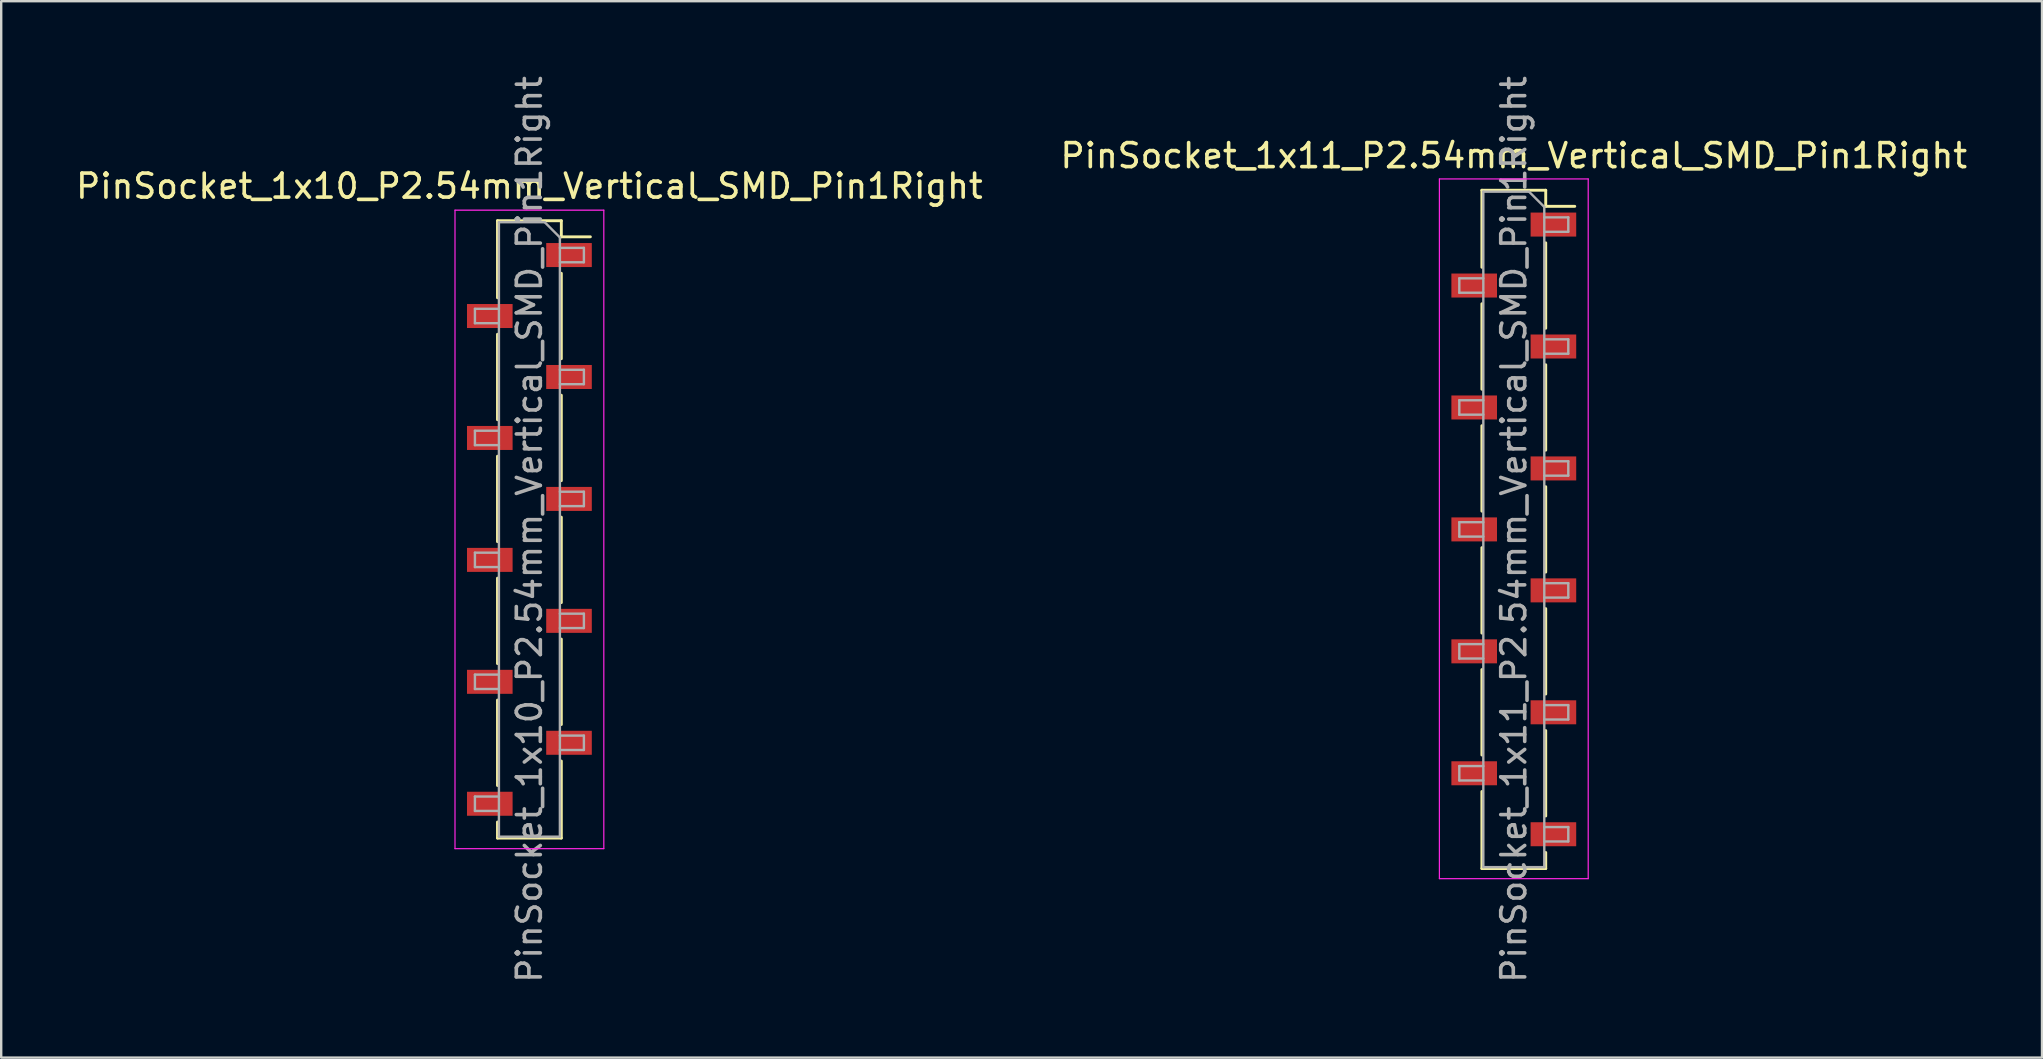
<source format=kicad_pcb>
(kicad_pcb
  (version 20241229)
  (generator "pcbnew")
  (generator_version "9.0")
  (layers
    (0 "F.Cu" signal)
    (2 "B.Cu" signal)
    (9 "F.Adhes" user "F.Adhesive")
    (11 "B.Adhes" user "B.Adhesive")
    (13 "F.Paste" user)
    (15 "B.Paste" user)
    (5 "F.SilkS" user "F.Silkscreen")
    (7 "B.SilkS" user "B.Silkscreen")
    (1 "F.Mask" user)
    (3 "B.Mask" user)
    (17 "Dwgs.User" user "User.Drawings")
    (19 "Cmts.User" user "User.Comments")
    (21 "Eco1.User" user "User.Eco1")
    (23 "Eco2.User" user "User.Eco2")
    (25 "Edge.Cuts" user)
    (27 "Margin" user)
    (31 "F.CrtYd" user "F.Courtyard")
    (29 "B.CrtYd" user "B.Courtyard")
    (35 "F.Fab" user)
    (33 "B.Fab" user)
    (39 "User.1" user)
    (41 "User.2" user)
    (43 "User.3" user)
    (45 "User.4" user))
  (footprint "PinSocket_1x10_P2.54mm_Vertical_SMD_Pin1Right"
    (layer "F.Cu")
    (at 19.006 19.006)
    (property "Reference" "PinSocket_1x10_P2.54mm_Vertical_SMD_Pin1Right" (at 0 -14.3 0) (layer "F.SilkS") (effects (font (size 1 1) (thickness 0.15))))
    (attr smd)
    (fp_line (start -1.33 -12.86) (end -1.33 -9.65) (stroke (width 0.12) (type solid)) (layer "F.SilkS"))
    (fp_line (start -1.33 -12.86) (end 1.33 -12.86) (stroke (width 0.12) (type solid)) (layer "F.SilkS"))
    (fp_line (start -1.33 -8.13) (end -1.33 -4.57) (stroke (width 0.12) (type solid)) (layer "F.SilkS"))
    (fp_line (start -1.33 -3.05) (end -1.33 0.51) (stroke (width 0.12) (type solid)) (layer "F.SilkS"))
    (fp_line (start -1.33 2.03) (end -1.33 5.59) (stroke (width 0.12) (type solid)) (layer "F.SilkS"))
    (fp_line (start -1.33 7.11) (end -1.33 10.67) (stroke (width 0.12) (type solid)) (layer "F.SilkS"))
    (fp_line (start -1.33 12.19) (end -1.33 12.86) (stroke (width 0.12) (type solid)) (layer "F.SilkS"))
    (fp_line (start -1.33 12.86) (end 1.33 12.86) (stroke (width 0.12) (type solid)) (layer "F.SilkS"))
    (fp_line (start 1.33 -12.86) (end 1.33 -12.19) (stroke (width 0.12) (type solid)) (layer "F.SilkS"))
    (fp_line (start 1.33 -12.19) (end 2.54 -12.19) (stroke (width 0.12) (type solid)) (layer "F.SilkS"))
    (fp_line (start 1.33 -10.67) (end 1.33 -7.11) (stroke (width 0.12) (type solid)) (layer "F.SilkS"))
    (fp_line (start 1.33 -5.59) (end 1.33 -2.03) (stroke (width 0.12) (type solid)) (layer "F.SilkS"))
    (fp_line (start 1.33 -0.51) (end 1.33 3.05) (stroke (width 0.12) (type solid)) (layer "F.SilkS"))
    (fp_line (start 1.33 4.57) (end 1.33 8.13) (stroke (width 0.12) (type solid)) (layer "F.SilkS"))
    (fp_line (start 1.33 9.65) (end 1.33 12.86) (stroke (width 0.12) (type solid)) (layer "F.SilkS"))
    (fp_line (start -3.1 -13.3) (end 3.1 -13.3) (stroke (width 0.05) (type solid)) (layer "F.CrtYd"))
    (fp_line (start -3.1 13.3) (end -3.1 -13.3) (stroke (width 0.05) (type solid)) (layer "F.CrtYd"))
    (fp_line (start 3.1 -13.3) (end 3.1 13.3) (stroke (width 0.05) (type solid)) (layer "F.CrtYd"))
    (fp_line (start 3.1 13.3) (end -3.1 13.3) (stroke (width 0.05) (type solid)) (layer "F.CrtYd"))
    (fp_line (start -2.27 -9.19) (end -1.27 -9.19) (stroke (width 0.1) (type solid)) (layer "F.Fab"))
    (fp_line (start -2.27 -8.59) (end -2.27 -9.19) (stroke (width 0.1) (type solid)) (layer "F.Fab"))
    (fp_line (start -2.27 -4.11) (end -1.27 -4.11) (stroke (width 0.1) (type solid)) (layer "F.Fab"))
    (fp_line (start -2.27 -3.51) (end -2.27 -4.11) (stroke (width 0.1) (type solid)) (layer "F.Fab"))
    (fp_line (start -2.27 0.97) (end -1.27 0.97) (stroke (width 0.1) (type solid)) (layer "F.Fab"))
    (fp_line (start -2.27 1.57) (end -2.27 0.97) (stroke (width 0.1) (type solid)) (layer "F.Fab"))
    (fp_line (start -2.27 6.05) (end -1.27 6.05) (stroke (width 0.1) (type solid)) (layer "F.Fab"))
    (fp_line (start -2.27 6.65) (end -2.27 6.05) (stroke (width 0.1) (type solid)) (layer "F.Fab"))
    (fp_line (start -2.27 11.13) (end -1.27 11.13) (stroke (width 0.1) (type solid)) (layer "F.Fab"))
    (fp_line (start -2.27 11.73) (end -2.27 11.13) (stroke (width 0.1) (type solid)) (layer "F.Fab"))
    (fp_line (start -1.27 -12.8) (end 0.635 -12.8) (stroke (width 0.1) (type solid)) (layer "F.Fab"))
    (fp_line (start -1.27 -8.59) (end -2.27 -8.59) (stroke (width 0.1) (type solid)) (layer "F.Fab"))
    (fp_line (start -1.27 -3.51) (end -2.27 -3.51) (stroke (width 0.1) (type solid)) (layer "F.Fab"))
    (fp_line (start -1.27 1.57) (end -2.27 1.57) (stroke (width 0.1) (type solid)) (layer "F.Fab"))
    (fp_line (start -1.27 6.65) (end -2.27 6.65) (stroke (width 0.1) (type solid)) (layer "F.Fab"))
    (fp_line (start -1.27 11.73) (end -2.27 11.73) (stroke (width 0.1) (type solid)) (layer "F.Fab"))
    (fp_line (start -1.27 12.8) (end -1.27 -12.8) (stroke (width 0.1) (type solid)) (layer "F.Fab"))
    (fp_line (start 0.635 -12.8) (end 1.27 -12.165) (stroke (width 0.1) (type solid)) (layer "F.Fab"))
    (fp_line (start 1.27 -12.165) (end 1.27 12.8) (stroke (width 0.1) (type solid)) (layer "F.Fab"))
    (fp_line (start 1.27 -11.73) (end 2.27 -11.73) (stroke (width 0.1) (type solid)) (layer "F.Fab"))
    (fp_line (start 1.27 -6.65) (end 2.27 -6.65) (stroke (width 0.1) (type solid)) (layer "F.Fab"))
    (fp_line (start 1.27 -1.57) (end 2.27 -1.57) (stroke (width 0.1) (type solid)) (layer "F.Fab"))
    (fp_line (start 1.27 3.51) (end 2.27 3.51) (stroke (width 0.1) (type solid)) (layer "F.Fab"))
    (fp_line (start 1.27 8.59) (end 2.27 8.59) (stroke (width 0.1) (type solid)) (layer "F.Fab"))
    (fp_line (start 1.27 12.8) (end -1.27 12.8) (stroke (width 0.1) (type solid)) (layer "F.Fab"))
    (fp_line (start 2.27 -11.73) (end 2.27 -11.13) (stroke (width 0.1) (type solid)) (layer "F.Fab"))
    (fp_line (start 2.27 -11.13) (end 1.27 -11.13) (stroke (width 0.1) (type solid)) (layer "F.Fab"))
    (fp_line (start 2.27 -6.65) (end 2.27 -6.05) (stroke (width 0.1) (type solid)) (layer "F.Fab"))
    (fp_line (start 2.27 -6.05) (end 1.27 -6.05) (stroke (width 0.1) (type solid)) (layer "F.Fab"))
    (fp_line (start 2.27 -1.57) (end 2.27 -0.97) (stroke (width 0.1) (type solid)) (layer "F.Fab"))
    (fp_line (start 2.27 -0.97) (end 1.27 -0.97) (stroke (width 0.1) (type solid)) (layer "F.Fab"))
    (fp_line (start 2.27 3.51) (end 2.27 4.11) (stroke (width 0.1) (type solid)) (layer "F.Fab"))
    (fp_line (start 2.27 4.11) (end 1.27 4.11) (stroke (width 0.1) (type solid)) (layer "F.Fab"))
    (fp_line (start 2.27 8.59) (end 2.27 9.19) (stroke (width 0.1) (type solid)) (layer "F.Fab"))
    (fp_line (start 2.27 9.19) (end 1.27 9.19) (stroke (width 0.1) (type solid)) (layer "F.Fab"))
    (fp_text user "${REFERENCE}" (at 0 0 90) (layer "F.Fab") (effects (font (size 1 1) (thickness 0.15))))
    (pad "1" smd rect (at 1.65 -11.43) (size 1.9 1) (layers "F.Cu" "F.Mask" "F.Paste"))
    (pad "2" smd rect (at -1.65 -8.89) (size 1.9 1) (layers "F.Cu" "F.Mask" "F.Paste"))
    (pad "3" smd rect (at 1.65 -6.35) (size 1.9 1) (layers "F.Cu" "F.Mask" "F.Paste"))
    (pad "4" smd rect (at -1.65 -3.81) (size 1.9 1) (layers "F.Cu" "F.Mask" "F.Paste"))
    (pad "5" smd rect (at 1.65 -1.27) (size 1.9 1) (layers "F.Cu" "F.Mask" "F.Paste"))
    (pad "6" smd rect (at -1.65 1.27) (size 1.9 1) (layers "F.Cu" "F.Mask" "F.Paste"))
    (pad "7" smd rect (at 1.65 3.81) (size 1.9 1) (layers "F.Cu" "F.Mask" "F.Paste"))
    (pad "8" smd rect (at -1.65 6.35) (size 1.9 1) (layers "F.Cu" "F.Mask" "F.Paste"))
    (pad "9" smd rect (at 1.65 8.89) (size 1.9 1) (layers "F.Cu" "F.Mask" "F.Paste"))
    (pad "10" smd rect (at -1.65 11.43) (size 1.9 1) (layers "F.Cu" "F.Mask" "F.Paste")))
  (footprint "PinSocket_1x11_P2.54mm_Vertical_SMD_Pin1Right"
    (layer "F.Cu")
    (at 60.018 19.006)
    (property "Reference" "PinSocket_1x11_P2.54mm_Vertical_SMD_Pin1Right" (at 0 -15.57 0) (layer "F.SilkS") (effects (font (size 1 1) (thickness 0.15))))
    (attr smd)
    (fp_line (start -1.33 -14.13) (end -1.33 -10.92) (stroke (width 0.12) (type solid)) (layer "F.SilkS"))
    (fp_line (start -1.33 -14.13) (end 1.33 -14.13) (stroke (width 0.12) (type solid)) (layer "F.SilkS"))
    (fp_line (start -1.33 -9.4) (end -1.33 -5.84) (stroke (width 0.12) (type solid)) (layer "F.SilkS"))
    (fp_line (start -1.33 -4.32) (end -1.33 -0.76) (stroke (width 0.12) (type solid)) (layer "F.SilkS"))
    (fp_line (start -1.33 0.76) (end -1.33 4.32) (stroke (width 0.12) (type solid)) (layer "F.SilkS"))
    (fp_line (start -1.33 5.84) (end -1.33 9.4) (stroke (width 0.12) (type solid)) (layer "F.SilkS"))
    (fp_line (start -1.33 10.92) (end -1.33 14.13) (stroke (width 0.12) (type solid)) (layer "F.SilkS"))
    (fp_line (start -1.33 14.13) (end 1.33 14.13) (stroke (width 0.12) (type solid)) (layer "F.SilkS"))
    (fp_line (start 1.33 -14.13) (end 1.33 -13.46) (stroke (width 0.12) (type solid)) (layer "F.SilkS"))
    (fp_line (start 1.33 -13.46) (end 2.54 -13.46) (stroke (width 0.12) (type solid)) (layer "F.SilkS"))
    (fp_line (start 1.33 -11.94) (end 1.33 -8.38) (stroke (width 0.12) (type solid)) (layer "F.SilkS"))
    (fp_line (start 1.33 -6.86) (end 1.33 -3.3) (stroke (width 0.12) (type solid)) (layer "F.SilkS"))
    (fp_line (start 1.33 -1.78) (end 1.33 1.78) (stroke (width 0.12) (type solid)) (layer "F.SilkS"))
    (fp_line (start 1.33 3.3) (end 1.33 6.86) (stroke (width 0.12) (type solid)) (layer "F.SilkS"))
    (fp_line (start 1.33 8.38) (end 1.33 11.94) (stroke (width 0.12) (type solid)) (layer "F.SilkS"))
    (fp_line (start 1.33 13.46) (end 1.33 14.13) (stroke (width 0.12) (type solid)) (layer "F.SilkS"))
    (fp_line (start -3.1 -14.6) (end 3.1 -14.6) (stroke (width 0.05) (type solid)) (layer "F.CrtYd"))
    (fp_line (start -3.1 14.55) (end -3.1 -14.6) (stroke (width 0.05) (type solid)) (layer "F.CrtYd"))
    (fp_line (start 3.1 -14.6) (end 3.1 14.55) (stroke (width 0.05) (type solid)) (layer "F.CrtYd"))
    (fp_line (start 3.1 14.55) (end -3.1 14.55) (stroke (width 0.05) (type solid)) (layer "F.CrtYd"))
    (fp_line (start -2.27 -10.46) (end -1.27 -10.46) (stroke (width 0.1) (type solid)) (layer "F.Fab"))
    (fp_line (start -2.27 -9.86) (end -2.27 -10.46) (stroke (width 0.1) (type solid)) (layer "F.Fab"))
    (fp_line (start -2.27 -5.38) (end -1.27 -5.38) (stroke (width 0.1) (type solid)) (layer "F.Fab"))
    (fp_line (start -2.27 -4.78) (end -2.27 -5.38) (stroke (width 0.1) (type solid)) (layer "F.Fab"))
    (fp_line (start -2.27 -0.3) (end -1.27 -0.3) (stroke (width 0.1) (type solid)) (layer "F.Fab"))
    (fp_line (start -2.27 0.3) (end -2.27 -0.3) (stroke (width 0.1) (type solid)) (layer "F.Fab"))
    (fp_line (start -2.27 4.78) (end -1.27 4.78) (stroke (width 0.1) (type solid)) (layer "F.Fab"))
    (fp_line (start -2.27 5.38) (end -2.27 4.78) (stroke (width 0.1) (type solid)) (layer "F.Fab"))
    (fp_line (start -2.27 9.86) (end -1.27 9.86) (stroke (width 0.1) (type solid)) (layer "F.Fab"))
    (fp_line (start -2.27 10.46) (end -2.27 9.86) (stroke (width 0.1) (type solid)) (layer "F.Fab"))
    (fp_line (start -1.27 -14.07) (end 0.635 -14.07) (stroke (width 0.1) (type solid)) (layer "F.Fab"))
    (fp_line (start -1.27 -9.86) (end -2.27 -9.86) (stroke (width 0.1) (type solid)) (layer "F.Fab"))
    (fp_line (start -1.27 -4.78) (end -2.27 -4.78) (stroke (width 0.1) (type solid)) (layer "F.Fab"))
    (fp_line (start -1.27 0.3) (end -2.27 0.3) (stroke (width 0.1) (type solid)) (layer "F.Fab"))
    (fp_line (start -1.27 5.38) (end -2.27 5.38) (stroke (width 0.1) (type solid)) (layer "F.Fab"))
    (fp_line (start -1.27 10.46) (end -2.27 10.46) (stroke (width 0.1) (type solid)) (layer "F.Fab"))
    (fp_line (start -1.27 14.07) (end -1.27 -14.07) (stroke (width 0.1) (type solid)) (layer "F.Fab"))
    (fp_line (start 0.635 -14.07) (end 1.27 -13.435) (stroke (width 0.1) (type solid)) (layer "F.Fab"))
    (fp_line (start 1.27 -13.435) (end 1.27 14.07) (stroke (width 0.1) (type solid)) (layer "F.Fab"))
    (fp_line (start 1.27 -13) (end 2.27 -13) (stroke (width 0.1) (type solid)) (layer "F.Fab"))
    (fp_line (start 1.27 -7.92) (end 2.27 -7.92) (stroke (width 0.1) (type solid)) (layer "F.Fab"))
    (fp_line (start 1.27 -2.84) (end 2.27 -2.84) (stroke (width 0.1) (type solid)) (layer "F.Fab"))
    (fp_line (start 1.27 2.24) (end 2.27 2.24) (stroke (width 0.1) (type solid)) (layer "F.Fab"))
    (fp_line (start 1.27 7.32) (end 2.27 7.32) (stroke (width 0.1) (type solid)) (layer "F.Fab"))
    (fp_line (start 1.27 12.4) (end 2.27 12.4) (stroke (width 0.1) (type solid)) (layer "F.Fab"))
    (fp_line (start 1.27 14.07) (end -1.27 14.07) (stroke (width 0.1) (type solid)) (layer "F.Fab"))
    (fp_line (start 2.27 -13) (end 2.27 -12.4) (stroke (width 0.1) (type solid)) (layer "F.Fab"))
    (fp_line (start 2.27 -12.4) (end 1.27 -12.4) (stroke (width 0.1) (type solid)) (layer "F.Fab"))
    (fp_line (start 2.27 -7.92) (end 2.27 -7.32) (stroke (width 0.1) (type solid)) (layer "F.Fab"))
    (fp_line (start 2.27 -7.32) (end 1.27 -7.32) (stroke (width 0.1) (type solid)) (layer "F.Fab"))
    (fp_line (start 2.27 -2.84) (end 2.27 -2.24) (stroke (width 0.1) (type solid)) (layer "F.Fab"))
    (fp_line (start 2.27 -2.24) (end 1.27 -2.24) (stroke (width 0.1) (type solid)) (layer "F.Fab"))
    (fp_line (start 2.27 2.24) (end 2.27 2.84) (stroke (width 0.1) (type solid)) (layer "F.Fab"))
    (fp_line (start 2.27 2.84) (end 1.27 2.84) (stroke (width 0.1) (type solid)) (layer "F.Fab"))
    (fp_line (start 2.27 7.32) (end 2.27 7.92) (stroke (width 0.1) (type solid)) (layer "F.Fab"))
    (fp_line (start 2.27 7.92) (end 1.27 7.92) (stroke (width 0.1) (type solid)) (layer "F.Fab"))
    (fp_line (start 2.27 12.4) (end 2.27 13) (stroke (width 0.1) (type solid)) (layer "F.Fab"))
    (fp_line (start 2.27 13) (end 1.27 13) (stroke (width 0.1) (type solid)) (layer "F.Fab"))
    (fp_text user "${REFERENCE}" (at 0 0 90) (layer "F.Fab") (effects (font (size 1 1) (thickness 0.15))))
    (pad "1" smd rect (at 1.65 -12.7) (size 1.9 1) (layers "F.Cu" "F.Mask" "F.Paste"))
    (pad "2" smd rect (at -1.65 -10.16) (size 1.9 1) (layers "F.Cu" "F.Mask" "F.Paste"))
    (pad "3" smd rect (at 1.65 -7.62) (size 1.9 1) (layers "F.Cu" "F.Mask" "F.Paste"))
    (pad "4" smd rect (at -1.65 -5.08) (size 1.9 1) (layers "F.Cu" "F.Mask" "F.Paste"))
    (pad "5" smd rect (at 1.65 -2.54) (size 1.9 1) (layers "F.Cu" "F.Mask" "F.Paste"))
    (pad "6" smd rect (at -1.65 0) (size 1.9 1) (layers "F.Cu" "F.Mask" "F.Paste"))
    (pad "7" smd rect (at 1.65 2.54) (size 1.9 1) (layers "F.Cu" "F.Mask" "F.Paste"))
    (pad "8" smd rect (at -1.65 5.08) (size 1.9 1) (layers "F.Cu" "F.Mask" "F.Paste"))
    (pad "9" smd rect (at 1.65 7.62) (size 1.9 1) (layers "F.Cu" "F.Mask" "F.Paste"))
    (pad "10" smd rect (at -1.65 10.16) (size 1.9 1) (layers "F.Cu" "F.Mask" "F.Paste"))
    (pad "11" smd rect (at 1.65 12.7) (size 1.9 1) (layers "F.Cu" "F.Mask" "F.Paste")))
  (gr_rect
    (start -3 -3)
    (end 82.024 41.012)
    (stroke (width 0.1) (type default))
    (fill no)
    (layer "Edge.Cuts")))
</source>
